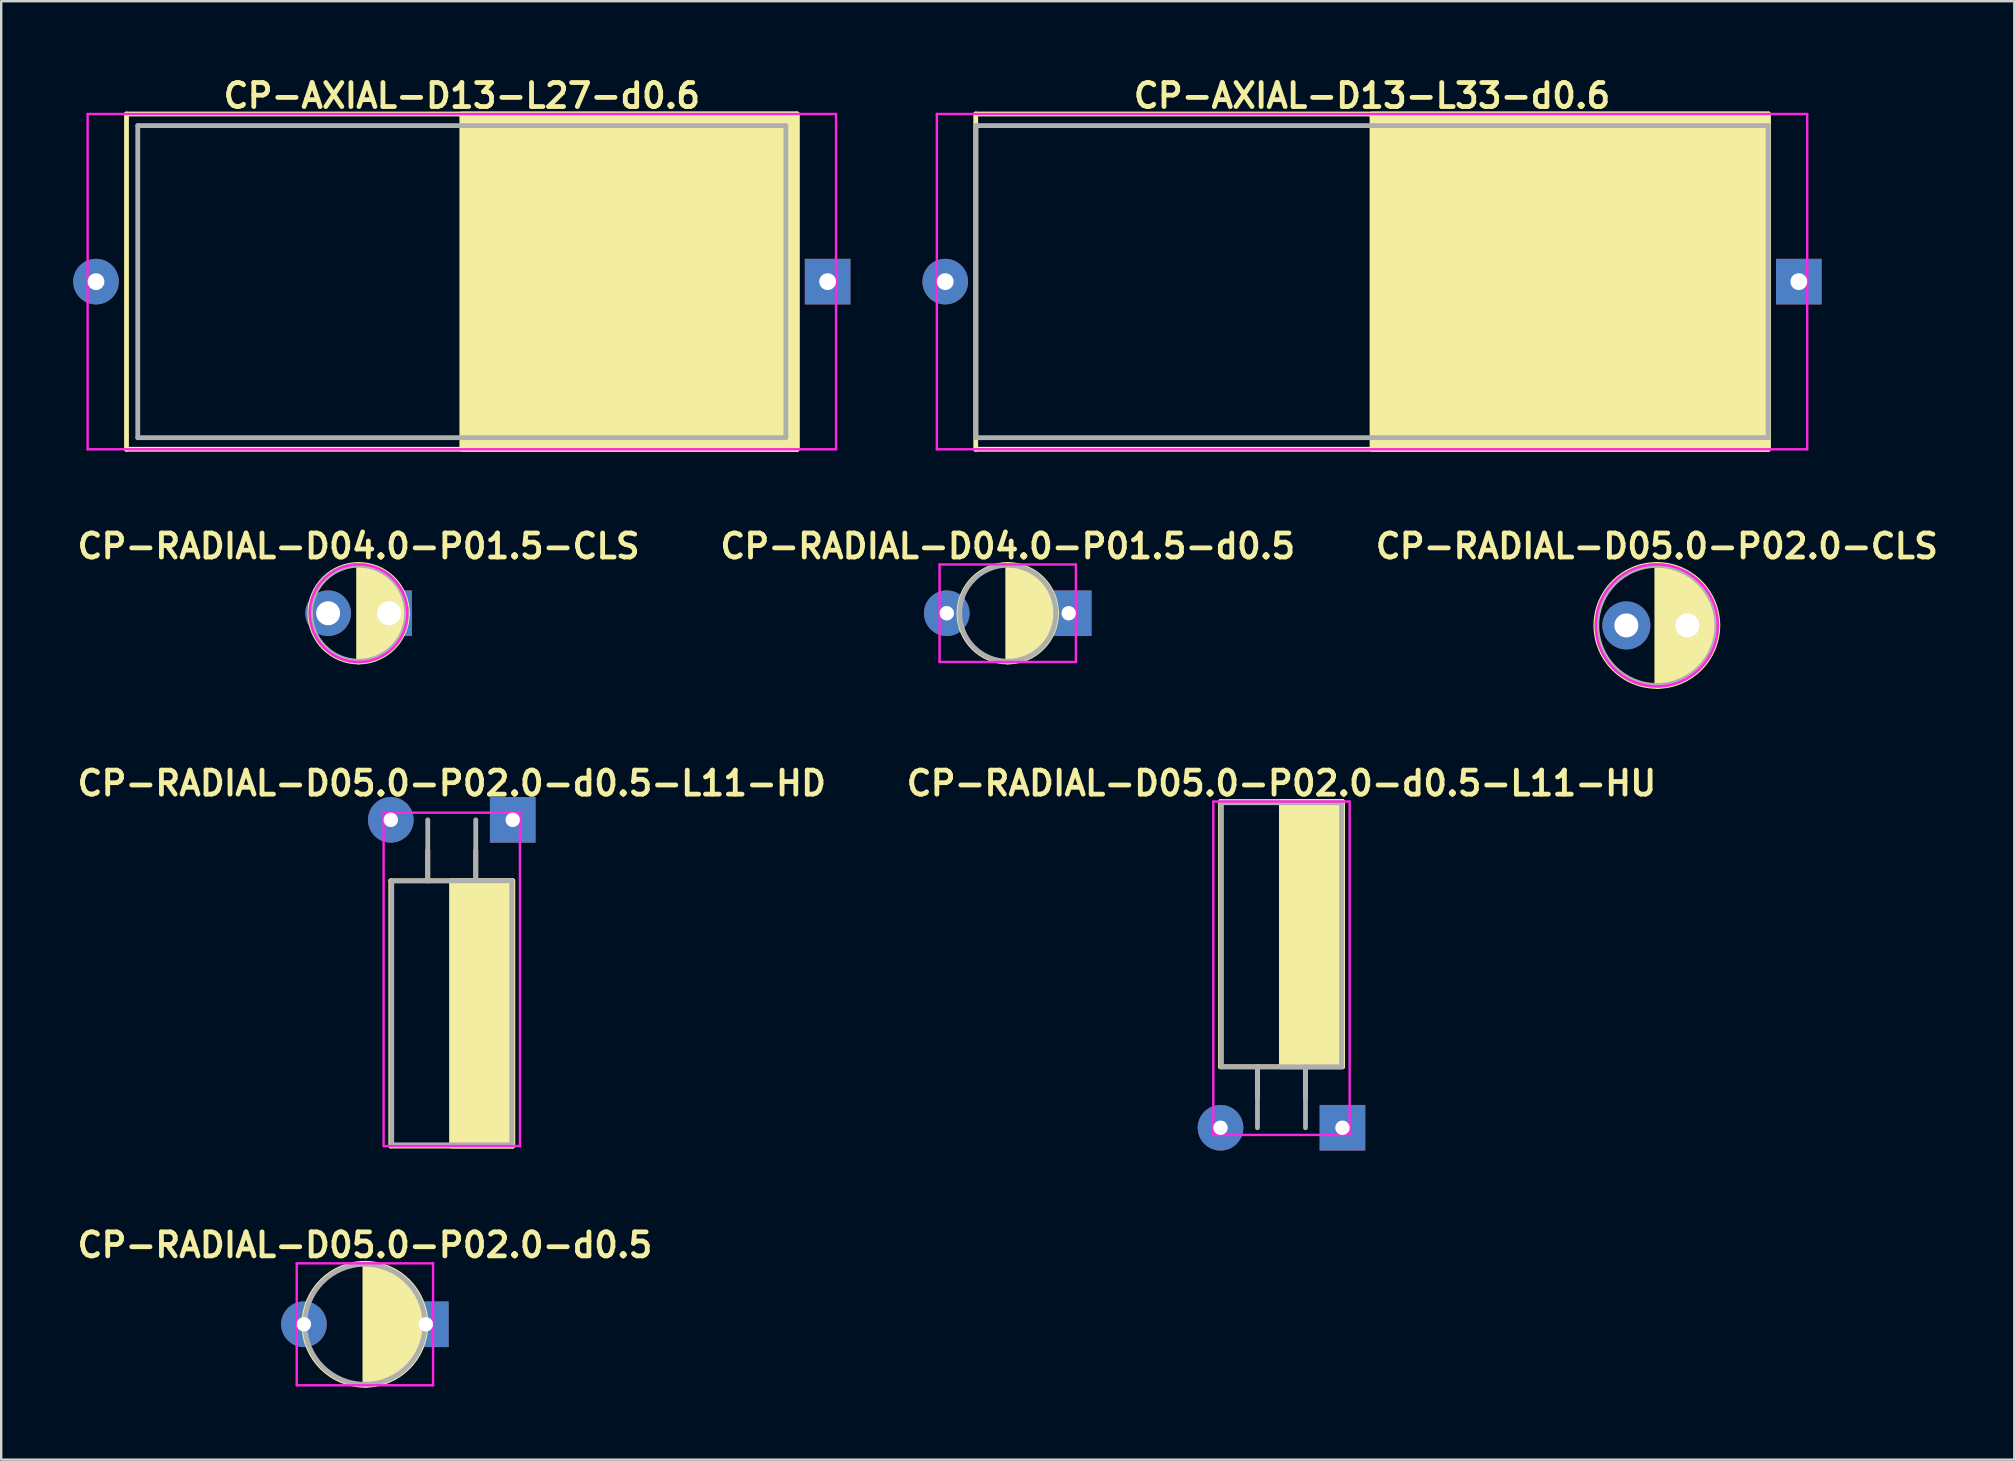
<source format=kicad_pcb>
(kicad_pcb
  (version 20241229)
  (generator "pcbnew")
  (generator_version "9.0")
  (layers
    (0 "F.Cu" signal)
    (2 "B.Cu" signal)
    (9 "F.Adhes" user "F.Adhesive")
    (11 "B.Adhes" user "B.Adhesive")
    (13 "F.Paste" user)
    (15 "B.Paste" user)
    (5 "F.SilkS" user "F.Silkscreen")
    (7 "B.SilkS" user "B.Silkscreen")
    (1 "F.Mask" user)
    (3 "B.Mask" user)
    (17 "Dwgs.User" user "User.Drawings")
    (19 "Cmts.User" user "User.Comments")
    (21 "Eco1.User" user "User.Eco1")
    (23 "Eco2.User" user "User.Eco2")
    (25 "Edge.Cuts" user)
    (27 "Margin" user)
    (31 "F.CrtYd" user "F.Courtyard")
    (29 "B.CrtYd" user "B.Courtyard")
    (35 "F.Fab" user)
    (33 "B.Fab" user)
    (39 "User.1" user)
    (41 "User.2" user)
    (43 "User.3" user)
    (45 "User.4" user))
  (footprint "CP-RADIAL-D04.0-P01.5-d0.5"
    (layer "F.Cu")
    (at 38.933 22.498)
    (property "Reference" "CP-RADIAL-D04.0-P01.5-d0.5" (at 0 -2.794 0) (layer "F.SilkS") (effects (font (size 1 1) (thickness 0.2))))
    (attr through_hole)
    (fp_circle (center 0 0) (end 2.032 0) (stroke (width 0.2) (type solid)) (fill no) (layer "F.SilkS"))
    (fp_poly (pts (xy 0 -2.032) (xy 1.397 -1.397) (xy 2.032 0) (xy 1.397 1.397) (xy 0 2.032)) (stroke (width 0.2) (type solid)) (fill yes) (layer "F.SilkS"))
    (fp_line (start -2.84 -2.032) (end -2.84 2.032) (stroke (width 0.1) (type solid)) (layer "F.CrtYd"))
    (fp_line (start -2.84 -2.032) (end 2.84 -2.032) (stroke (width 0.1) (type solid)) (layer "F.CrtYd"))
    (fp_line (start -2.84 2.032) (end 2.84 2.032) (stroke (width 0.1) (type solid)) (layer "F.CrtYd"))
    (fp_line (start 2.84 -2.032) (end 2.84 2.032) (stroke (width 0.1) (type solid)) (layer "F.CrtYd"))
    (fp_circle (center 0 0) (end 2 0) (stroke (width 0.2) (type solid)) (fill no) (layer "F.Fab"))
    (pad "+" thru_hole circle (at -2.54 0) (size 1.9 1.9) (drill 0.6) (layers "B.Cu" "B.Mask"))
    (pad "-" thru_hole rect (at 2.54 0) (size 1.9 1.9) (drill 0.6) (layers "B.Cu" "B.Mask")))
  (footprint "CP-RADIAL-D05.0-P02.0-d0.5"
    (layer "F.Cu")
    (at 12.152 52.121)
    (property "Reference" "CP-RADIAL-D05.0-P02.0-d0.5" (at 0 -3.302 0) (layer "F.SilkS") (effects (font (size 1 1) (thickness 0.2))))
    (attr through_hole)
    (fp_circle (center 0 0) (end 2.54 0) (stroke (width 0.2) (type solid)) (fill no) (layer "F.SilkS"))
    (fp_poly (pts (xy 0 -2.54) (xy 0.762 -2.413) (xy 1.905 -1.651) (xy 2.54 0) (xy 1.905 1.651) (xy 0.762 2.413) (xy 0 2.54)) (stroke (width 0.2) (type solid)) (fill yes) (layer "F.SilkS"))
    (fp_line (start -2.84 -2.54) (end -2.84 2.54) (stroke (width 0.1) (type solid)) (layer "F.CrtYd"))
    (fp_line (start -2.84 -2.54) (end 2.84 -2.54) (stroke (width 0.1) (type solid)) (layer "F.CrtYd"))
    (fp_line (start -2.84 2.54) (end 2.84 2.54) (stroke (width 0.1) (type solid)) (layer "F.CrtYd"))
    (fp_line (start 2.84 -2.54) (end 2.84 2.54) (stroke (width 0.1) (type solid)) (layer "F.CrtYd"))
    (fp_circle (center 0 0) (end 2.5 0) (stroke (width 0.2) (type solid)) (fill no) (layer "F.Fab"))
    (pad "+" thru_hole circle (at -2.54 0) (size 1.9 1.9) (drill 0.6) (layers "B.Cu" "B.Mask"))
    (pad "-" thru_hole rect (at 2.54 0) (size 1.9 1.9) (drill 0.6) (layers "B.Cu" "B.Mask")))
  (footprint "CP-AXIAL-D13-L27-d0.6"
    (layer "F.Cu")
    (at 16.19 8.683)
    (property "Reference" "CP-AXIAL-D13-L27-d0.6" (at 0 -7.747 0) (layer "F.SilkS") (effects (font (size 1 1) (thickness 0.2))))
    (attr through_hole)
    (fp_line (start -13.97 -6.985) (end -13.97 6.985) (stroke (width 0.2) (type solid)) (layer "F.SilkS"))
    (fp_line (start -13.97 -6.985) (end 13.97 -6.985) (stroke (width 0.2) (type solid)) (layer "F.SilkS"))
    (fp_line (start -13.97 6.985) (end 13.97 6.985) (stroke (width 0.2) (type solid)) (layer "F.SilkS"))
    (fp_line (start 13.97 -6.985) (end 13.97 6.985) (stroke (width 0.2) (type solid)) (layer "F.SilkS"))
    (fp_poly (pts (xy 0 -6.985) (xy 13.97 -6.985) (xy 13.97 6.985) (xy 0 6.985)) (stroke (width 0.2) (type solid)) (fill yes) (layer "F.SilkS"))
    (fp_line (start -15.59 -6.985) (end -15.59 6.985) (stroke (width 0.1) (type solid)) (layer "F.CrtYd"))
    (fp_line (start -15.59 -6.985) (end 15.59 -6.985) (stroke (width 0.1) (type solid)) (layer "F.CrtYd"))
    (fp_line (start -15.59 6.985) (end 15.59 6.985) (stroke (width 0.1) (type solid)) (layer "F.CrtYd"))
    (fp_line (start 15.59 -6.985) (end 15.59 6.985) (stroke (width 0.1) (type solid)) (layer "F.CrtYd"))
    (fp_line (start -13.5 -6.5) (end -13.5 6.5) (stroke (width 0.2) (type solid)) (layer "F.Fab"))
    (fp_line (start -13.5 -6.5) (end 13.5 -6.5) (stroke (width 0.2) (type solid)) (layer "F.Fab"))
    (fp_line (start -13.5 6.5) (end 13.5 6.5) (stroke (width 0.2) (type solid)) (layer "F.Fab"))
    (fp_line (start 13.5 -6.5) (end 13.5 6.5) (stroke (width 0.2) (type solid)) (layer "F.Fab"))
    (pad "+" thru_hole circle (at -15.24 0) (size 1.9 1.9) (drill 0.7) (layers "B.Cu" "B.Mask"))
    (pad "-" thru_hole rect (at 15.24 0) (size 1.9 1.9) (drill 0.7) (layers "B.Cu" "B.Mask")))
  (footprint "CP-RADIAL-D05.0-P02.0-CLS"
    (layer "F.Cu")
    (at 65.976 23.006)
    (property "Reference" "CP-RADIAL-D05.0-P02.0-CLS" (at 0 -3.302 0) (layer "F.SilkS") (effects (font (size 1 1) (thickness 0.2))))
    (attr through_hole)
    (fp_circle (center 0 0) (end 2.54 0) (stroke (width 0.2) (type solid)) (fill no) (layer "F.SilkS"))
    (fp_poly (pts (xy 0 -2.54) (xy 0.762 -2.413) (xy 1.905 -1.651) (xy 2.54 0) (xy 1.905 1.651) (xy 0.762 2.413) (xy 0 2.54)) (stroke (width 0.2) (type solid)) (fill yes) (layer "F.SilkS"))
    (fp_circle (center 0 0) (end 2.54 0) (stroke (width 0.1) (type solid)) (fill no) (layer "F.CrtYd"))
    (fp_circle (center 0 0) (end 2.5 0) (stroke (width 0.2) (type solid)) (fill no) (layer "F.Fab"))
    (pad "+" thru_hole circle (at -1.27 0) (size 2 2) (drill 1) (layers "B.Cu" "B.Mask"))
    (pad "-" thru_hole rect (at 1.27 0) (size 2 2) (drill 1) (layers "B.Cu" "B.Mask")))
  (footprint "CP-AXIAL-D13-L33-d0.6"
    (layer "F.Cu")
    (at 54.11 8.683)
    (property "Reference" "CP-AXIAL-D13-L33-d0.6" (at 0 -7.747 0) (layer "F.SilkS") (effects (font (size 1 1) (thickness 0.2))))
    (attr through_hole)
    (fp_line (start -16.51 -6.985) (end -16.51 6.985) (stroke (width 0.2) (type solid)) (layer "F.SilkS"))
    (fp_line (start -16.51 -6.985) (end 16.51 -6.985) (stroke (width 0.2) (type solid)) (layer "F.SilkS"))
    (fp_line (start -16.51 6.985) (end 16.51 6.985) (stroke (width 0.2) (type solid)) (layer "F.SilkS"))
    (fp_line (start 16.51 -6.985) (end 16.51 6.985) (stroke (width 0.2) (type solid)) (layer "F.SilkS"))
    (fp_poly (pts (xy 0 -6.985) (xy 16.51 -6.985) (xy 16.51 6.985) (xy 0 6.985)) (stroke (width 0.2) (type solid)) (fill yes) (layer "F.SilkS"))
    (fp_line (start -18.13 -6.985) (end -18.13 6.985) (stroke (width 0.1) (type solid)) (layer "F.CrtYd"))
    (fp_line (start -18.13 -6.985) (end 18.13 -6.985) (stroke (width 0.1) (type solid)) (layer "F.CrtYd"))
    (fp_line (start -18.13 6.985) (end 18.13 6.985) (stroke (width 0.1) (type solid)) (layer "F.CrtYd"))
    (fp_line (start 18.13 -6.985) (end 18.13 6.985) (stroke (width 0.1) (type solid)) (layer "F.CrtYd"))
    (fp_line (start -16.5 -6.5) (end -16.5 6.5) (stroke (width 0.2) (type solid)) (layer "F.Fab"))
    (fp_line (start -16.5 -6.5) (end 16.5 -6.5) (stroke (width 0.2) (type solid)) (layer "F.Fab"))
    (fp_line (start -16.5 6.5) (end 16.5 6.5) (stroke (width 0.2) (type solid)) (layer "F.Fab"))
    (fp_line (start 16.5 -6.5) (end 16.5 6.5) (stroke (width 0.2) (type solid)) (layer "F.Fab"))
    (pad "+" thru_hole circle (at -17.78 0) (size 1.9 1.9) (drill 0.7) (layers "B.Cu" "B.Mask"))
    (pad "-" thru_hole rect (at 17.78 0) (size 1.9 1.9) (drill 0.7) (layers "B.Cu" "B.Mask")))
  (footprint "CP-RADIAL-D04.0-P01.5-CLS"
    (layer "F.Cu")
    (at 11.89 22.498)
    (property "Reference" "CP-RADIAL-D04.0-P01.5-CLS" (at 0 -2.794 0) (layer "F.SilkS") (effects (font (size 1 1) (thickness 0.2))))
    (attr through_hole)
    (fp_circle (center 0 0) (end 2.032 0) (stroke (width 0.2) (type solid)) (fill no) (layer "F.SilkS"))
    (fp_poly (pts (xy 0 -2.032) (xy 1.397 -1.397) (xy 2.032 0) (xy 1.397 1.397) (xy 0 2.032)) (stroke (width 0.2) (type solid)) (fill yes) (layer "F.SilkS"))
    (fp_circle (center 0 0) (end 2.032 0) (stroke (width 0.1) (type solid)) (fill no) (layer "F.CrtYd"))
    (fp_circle (center 0 0) (end 2 0) (stroke (width 0.2) (type solid)) (fill no) (layer "F.Fab"))
    (pad "+" thru_hole circle (at -1.27 0) (size 1.9 1.9) (drill 1) (layers "B.Cu" "B.Mask"))
    (pad "-" thru_hole rect (at 1.27 0) (size 1.9 1.9) (drill 1) (layers "B.Cu" "B.Mask")))
  (footprint "CP-RADIAL-D05.0-P02.0-d0.5-L11-HD"
    (layer "F.Cu")
    (at 15.771 31.106)
    (property "Reference" "CP-RADIAL-D05.0-P02.0-d0.5-L11-HD" (at 0 -1.524 0) (layer "F.SilkS") (effects (font (size 1 1) (thickness 0.2))))
    (attr through_hole)
    (fp_line (start -2.54 2.54) (end 2.54 2.54) (stroke (width 0.2) (type solid)) (layer "F.SilkS"))
    (fp_line (start -2.54 13.589) (end -2.54 2.54) (stroke (width 0.2) (type solid)) (layer "F.SilkS"))
    (fp_line (start -2.54 13.589) (end 2.54 13.589) (stroke (width 0.2) (type solid)) (layer "F.SilkS"))
    (fp_line (start -1 2.54) (end -1 1.27) (stroke (width 0.2) (type solid)) (layer "F.SilkS"))
    (fp_line (start 0 13.54) (end 0 2.54) (stroke (width 0.2) (type solid)) (layer "F.SilkS"))
    (fp_line (start 1 2.54) (end 1 1.27) (stroke (width 0.2) (type solid)) (layer "F.SilkS"))
    (fp_line (start 2.54 13.589) (end 2.54 2.54) (stroke (width 0.2) (type solid)) (layer "F.SilkS"))
    (fp_poly (pts (xy 0 2.54) (xy 2.54 2.54) (xy 2.54 13.589) (xy 0 13.589)) (stroke (width 0.2) (type solid)) (fill yes) (layer "F.SilkS"))
    (fp_line (start -2.84 -0.3) (end 2.84 -0.3) (stroke (width 0.1) (type solid)) (layer "F.CrtYd"))
    (fp_line (start -2.84 13.589) (end -2.84 -0.3) (stroke (width 0.1) (type solid)) (layer "F.CrtYd"))
    (fp_line (start -2.84 13.589) (end 2.84 13.589) (stroke (width 0.1) (type solid)) (layer "F.CrtYd"))
    (fp_line (start 2.84 13.589) (end 2.84 -0.3) (stroke (width 0.1) (type solid)) (layer "F.CrtYd"))
    (fp_line (start -2.5 2.54) (end 2.5 2.54) (stroke (width 0.2) (type solid)) (layer "F.Fab"))
    (fp_line (start -2.5 13.54) (end -2.5 2.54) (stroke (width 0.2) (type solid)) (layer "F.Fab"))
    (fp_line (start -2.5 13.54) (end 2.5 13.54) (stroke (width 0.2) (type solid)) (layer "F.Fab"))
    (fp_line (start -1 2.54) (end -1 0) (stroke (width 0.2) (type solid)) (layer "F.Fab"))
    (fp_line (start 1 2.54) (end 1 0) (stroke (width 0.2) (type solid)) (layer "F.Fab"))
    (fp_line (start 2.5 13.54) (end 2.5 2.54) (stroke (width 0.2) (type solid)) (layer "F.Fab"))
    (pad "+" thru_hole circle (at -2.54 0) (size 1.9 1.9) (drill 0.6) (layers "B.Cu" "B.Mask"))
    (pad "-" thru_hole rect (at 2.54 0) (size 1.9 1.9) (drill 0.6) (layers "B.Cu" "B.Mask")))
  (footprint "CP-RADIAL-D05.0-P02.0-d0.5-L11-HU"
    (layer "F.Cu")
    (at 50.338 43.933)
    (property "Reference" "CP-RADIAL-D05.0-P02.0-d0.5-L11-HU" (at 0 -14.351 0) (layer "F.SilkS") (effects (font (size 1 1) (thickness 0.2))))
    (attr through_hole)
    (fp_line (start -2.54 -13.589) (end -2.54 -2.54) (stroke (width 0.2) (type solid)) (layer "F.SilkS"))
    (fp_line (start -2.54 -13.589) (end 2.54 -13.589) (stroke (width 0.2) (type solid)) (layer "F.SilkS"))
    (fp_line (start -2.54 -2.54) (end 2.54 -2.54) (stroke (width 0.2) (type solid)) (layer "F.SilkS"))
    (fp_line (start -1 -2.54) (end -1 -1.27) (stroke (width 0.2) (type solid)) (layer "F.SilkS"))
    (fp_line (start 0 -13.54) (end 0 -2.54) (stroke (width 0.2) (type solid)) (layer "F.SilkS"))
    (fp_line (start 1 -2.54) (end 1 -1.27) (stroke (width 0.2) (type solid)) (layer "F.SilkS"))
    (fp_line (start 2.54 -13.589) (end 2.54 -2.54) (stroke (width 0.2) (type solid)) (layer "F.SilkS"))
    (fp_poly (pts (xy 0 -13.589) (xy 2.54 -13.589) (xy 2.54 -2.54) (xy 0 -2.54)) (stroke (width 0.2) (type solid)) (fill yes) (layer "F.SilkS"))
    (fp_line (start -2.84 -13.589) (end -2.84 0.3) (stroke (width 0.1) (type solid)) (layer "F.CrtYd"))
    (fp_line (start -2.84 -13.589) (end 2.84 -13.589) (stroke (width 0.1) (type solid)) (layer "F.CrtYd"))
    (fp_line (start -2.84 0.3) (end 2.84 0.3) (stroke (width 0.1) (type solid)) (layer "F.CrtYd"))
    (fp_line (start 2.84 -13.589) (end 2.84 0.3) (stroke (width 0.1) (type solid)) (layer "F.CrtYd"))
    (fp_line (start -2.5 -13.54) (end -2.5 -2.54) (stroke (width 0.2) (type solid)) (layer "F.Fab"))
    (fp_line (start -2.5 -13.54) (end 2.5 -13.54) (stroke (width 0.2) (type solid)) (layer "F.Fab"))
    (fp_line (start -2.5 -2.54) (end 2.5 -2.54) (stroke (width 0.2) (type solid)) (layer "F.Fab"))
    (fp_line (start -1 -2.54) (end -1 0) (stroke (width 0.2) (type solid)) (layer "F.Fab"))
    (fp_line (start 1 -2.54) (end 1 0) (stroke (width 0.2) (type solid)) (layer "F.Fab"))
    (fp_line (start 2.5 -13.54) (end 2.5 -2.54) (stroke (width 0.2) (type solid)) (layer "F.Fab"))
    (pad "+" thru_hole circle (at -2.54 0) (size 1.9 1.9) (drill 0.6) (layers "B.Cu" "B.Mask"))
    (pad "-" thru_hole rect (at 2.54 0) (size 1.9 1.9) (drill 0.6) (layers "B.Cu" "B.Mask")))
  (gr_rect
    (start -3 -3)
    (end 80.867 57.761)
    (stroke (width 0.1) (type default))
    (fill no)
    (layer "Edge.Cuts")))
</source>
